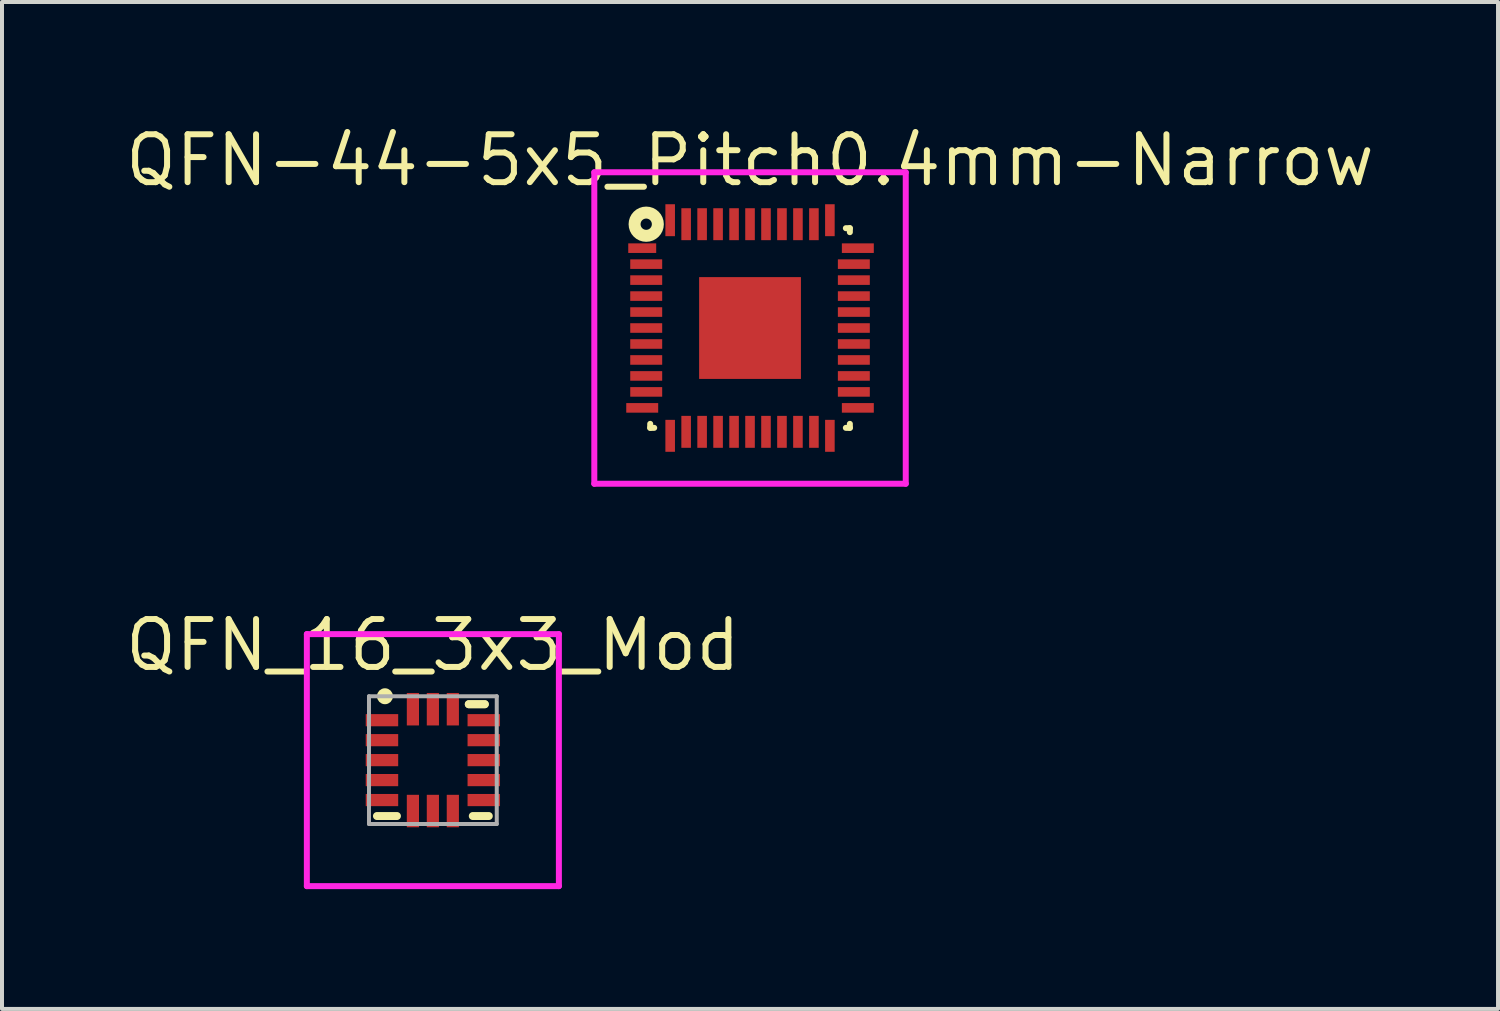
<source format=kicad_pcb>
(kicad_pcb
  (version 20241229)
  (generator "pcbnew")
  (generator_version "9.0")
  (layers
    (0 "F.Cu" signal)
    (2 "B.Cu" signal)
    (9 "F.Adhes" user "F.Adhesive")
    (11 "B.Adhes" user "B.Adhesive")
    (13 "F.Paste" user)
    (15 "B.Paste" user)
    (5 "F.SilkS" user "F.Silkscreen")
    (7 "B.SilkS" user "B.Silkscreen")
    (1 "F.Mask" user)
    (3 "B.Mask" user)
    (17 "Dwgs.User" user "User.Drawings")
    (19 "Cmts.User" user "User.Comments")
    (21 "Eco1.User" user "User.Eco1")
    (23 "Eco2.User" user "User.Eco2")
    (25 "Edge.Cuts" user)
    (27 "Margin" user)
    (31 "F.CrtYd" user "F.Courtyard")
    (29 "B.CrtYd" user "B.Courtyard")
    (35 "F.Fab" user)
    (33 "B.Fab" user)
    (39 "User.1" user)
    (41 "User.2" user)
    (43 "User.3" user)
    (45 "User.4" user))
  (footprint "QFN_16_3x3_Mod"
    (layer "F.Cu")
    (at 7.791 15.987)
    (property "Reference" "QFN_16_3x3_Mod" (at 0 -2.881 0) (layer "F.SilkS") (effects (font (size 1.2 1.2) (thickness 0.15))))
    (attr through_hole)
    (fp_line (start -0.9 1.4) (end -1.4 1.4) (stroke (width 0.2) (type solid)) (layer "F.SilkS"))
    (fp_line (start 0.9 -1.4) (end 1.3 -1.4) (stroke (width 0.2) (type solid)) (layer "F.SilkS"))
    (fp_line (start 1.3 -1.4) (end 0.9 -1.4) (stroke (width 0.2) (type solid)) (layer "F.SilkS"))
    (fp_line (start 1.4 1.4) (end 1 1.4) (stroke (width 0.2) (type solid)) (layer "F.SilkS"))
    (fp_circle (center -1.2 -1.6) (end -1.1 -1.6) (stroke (width 0.2) (type solid)) (fill no) (layer "F.SilkS"))
    (fp_line (start -3.156 -3.156) (end 3.156 -3.156) (stroke (width 0.15) (type solid)) (layer "F.CrtYd"))
    (fp_line (start -3.156 3.156) (end -3.156 -3.156) (stroke (width 0.15) (type solid)) (layer "F.CrtYd"))
    (fp_line (start 3.156 -3.156) (end 3.156 3.156) (stroke (width 0.15) (type solid)) (layer "F.CrtYd"))
    (fp_line (start 3.156 3.156) (end -3.156 3.156) (stroke (width 0.15) (type solid)) (layer "F.CrtYd"))
    (fp_line (start -1.6 -1.6) (end -1.6 1.6) (stroke (width 0.1) (type solid)) (layer "F.Fab"))
    (fp_line (start -1.6 1.6) (end 1.6 1.6) (stroke (width 0.1) (type solid)) (layer "F.Fab"))
    (fp_line (start 1.6 -1.6) (end -1.6 -1.6) (stroke (width 0.1) (type solid)) (layer "F.Fab"))
    (fp_line (start 1.6 1.6) (end 1.6 -1.6) (stroke (width 0.1) (type solid)) (layer "F.Fab"))
    (pad "1" smd rect (at -1.275 -1 90) (size 0.305 0.813) (layers "F.Cu" "F.Mask" "F.Paste"))
    (pad "2" smd rect (at -1.275 -0.5 90) (size 0.305 0.813) (layers "F.Cu" "F.Mask" "F.Paste"))
    (pad "3" smd rect (at -1.275 0 90) (size 0.305 0.813) (layers "F.Cu" "F.Mask" "F.Paste"))
    (pad "4" smd rect (at -1.275 0.5 90) (size 0.305 0.813) (layers "F.Cu" "F.Mask" "F.Paste"))
    (pad "5" smd rect (at -1.275 1 90) (size 0.305 0.813) (layers "F.Cu" "F.Mask" "F.Paste"))
    (pad "6" smd rect (at -0.5 1.275) (size 0.305 0.813) (layers "F.Cu" "F.Mask" "F.Paste"))
    (pad "7" smd rect (at 0 1.275) (size 0.305 0.813) (layers "F.Cu" "F.Mask" "F.Paste"))
    (pad "8" smd rect (at 0.5 1.275) (size 0.305 0.813) (layers "F.Cu" "F.Mask" "F.Paste"))
    (pad "9" smd rect (at 1.275 1 90) (size 0.305 0.813) (layers "F.Cu" "F.Mask" "F.Paste"))
    (pad "10" smd rect (at 1.275 0.5 90) (size 0.305 0.813) (layers "F.Cu" "F.Mask" "F.Paste"))
    (pad "11" smd rect (at 1.275 0 90) (size 0.305 0.813) (layers "F.Cu" "F.Mask" "F.Paste"))
    (pad "12" smd rect (at 1.275 -0.5 90) (size 0.305 0.813) (layers "F.Cu" "F.Mask" "F.Paste"))
    (pad "13" smd rect (at 1.275 -1 90) (size 0.305 0.813) (layers "F.Cu" "F.Mask" "F.Paste"))
    (pad "14" smd rect (at 0.5 -1.275) (size 0.305 0.813) (layers "F.Cu" "F.Mask" "F.Paste"))
    (pad "15" smd rect (at 0 -1.275) (size 0.305 0.813) (layers "F.Cu" "F.Mask" "F.Paste"))
    (pad "16" smd rect (at -0.5 -1.275) (size 0.305 0.813) (layers "F.Cu" "F.Mask" "F.Paste")))
  (footprint "QFN-44-5x5_Pitch0.4mm-Narrow"
    (layer "F.Cu")
    (at 15.734 5.165)
    (property "Reference" "QFN-44-5x5_Pitch0.4mm-Narrow" (at 0 -4.2 0) (layer "F.SilkS") (effects (font (size 1.2 1.2) (thickness 0.15))))
    (attr through_hole)
    (fp_line (start -2.5 2.5) (end -2.5 2.4) (stroke (width 0.15) (type solid)) (layer "F.SilkS"))
    (fp_line (start -2.4 2.5) (end -2.5 2.5) (stroke (width 0.15) (type solid)) (layer "F.SilkS"))
    (fp_line (start 2.4 -2.5) (end 2.5 -2.5) (stroke (width 0.15) (type solid)) (layer "F.SilkS"))
    (fp_line (start 2.4 2.5) (end 2.5 2.5) (stroke (width 0.15) (type solid)) (layer "F.SilkS"))
    (fp_line (start 2.5 -2.5) (end 2.5 -2.4) (stroke (width 0.15) (type solid)) (layer "F.SilkS"))
    (fp_line (start 2.5 2.5) (end 2.5 2.4) (stroke (width 0.15) (type solid)) (layer "F.SilkS"))
    (fp_circle (center -2.6 -2.6) (end -2.5 -2.5) (stroke (width 0.3) (type solid)) (fill no) (layer "F.SilkS"))
    (fp_line (start -3.9 -3.9) (end 3.9 -3.9) (stroke (width 0.15) (type solid)) (layer "F.CrtYd"))
    (fp_line (start -3.9 3.9) (end -3.9 -3.9) (stroke (width 0.15) (type solid)) (layer "F.CrtYd"))
    (fp_line (start 3.9 -3.9) (end 3.9 3.9) (stroke (width 0.15) (type solid)) (layer "F.CrtYd"))
    (fp_line (start 3.9 3.9) (end -3.9 3.9) (stroke (width 0.15) (type solid)) (layer "F.CrtYd"))
    (pad "1" smd rect (at -2.7 -2 90) (size 0.24 0.7) (layers "F.Cu" "F.Mask" "F.Paste"))
    (pad "2" smd rect (at -2.6 -1.6 90) (size 0.24 0.8) (layers "F.Cu" "F.Mask" "F.Paste"))
    (pad "3" smd rect (at -2.6 -1.2 90) (size 0.24 0.8) (layers "F.Cu" "F.Mask" "F.Paste"))
    (pad "4" smd rect (at -2.6 -0.8 90) (size 0.24 0.8) (layers "F.Cu" "F.Mask" "F.Paste"))
    (pad "5" smd rect (at -2.6 -0.4 90) (size 0.24 0.8) (layers "F.Cu" "F.Mask" "F.Paste"))
    (pad "6" smd rect (at -2.6 0 90) (size 0.24 0.8) (layers "F.Cu" "F.Mask" "F.Paste"))
    (pad "7" smd rect (at -2.6 0.4 90) (size 0.24 0.8) (layers "F.Cu" "F.Mask" "F.Paste"))
    (pad "8" smd rect (at -2.6 0.8 90) (size 0.24 0.8) (layers "F.Cu" "F.Mask" "F.Paste"))
    (pad "9" smd rect (at -2.6 1.2 90) (size 0.24 0.8) (layers "F.Cu" "F.Mask" "F.Paste"))
    (pad "10" smd rect (at -2.6 1.6 90) (size 0.24 0.8) (layers "F.Cu" "F.Mask" "F.Paste"))
    (pad "11" smd rect (at -2.7 2 90) (size 0.24 0.8) (layers "F.Cu" "F.Mask" "F.Paste"))
    (pad "12" smd rect (at -2 2.7) (size 0.24 0.8) (layers "F.Cu" "F.Mask" "F.Paste"))
    (pad "13" smd rect (at -1.6 2.6) (size 0.24 0.8) (layers "F.Cu" "F.Mask" "F.Paste"))
    (pad "14" smd rect (at -1.2 2.6) (size 0.24 0.8) (layers "F.Cu" "F.Mask" "F.Paste"))
    (pad "15" smd rect (at -0.8 2.6) (size 0.24 0.8) (layers "F.Cu" "F.Mask" "F.Paste"))
    (pad "16" smd rect (at -0.4 2.6) (size 0.24 0.8) (layers "F.Cu" "F.Mask" "F.Paste"))
    (pad "17" smd rect (at 0 0) (size 2.55 2.55) (layers "F.Cu" "F.Mask" "F.Paste"))
    (pad "17" smd rect (at 0 2.6) (size 0.24 0.8) (layers "F.Cu" "F.Mask" "F.Paste"))
    (pad "18" smd rect (at 0.4 2.6) (size 0.24 0.8) (layers "F.Cu" "F.Mask" "F.Paste"))
    (pad "19" smd rect (at 0.8 2.6) (size 0.24 0.8) (layers "F.Cu" "F.Mask" "F.Paste"))
    (pad "20" smd rect (at 1.2 2.6) (size 0.24 0.8) (layers "F.Cu" "F.Mask" "F.Paste"))
    (pad "21" smd rect (at 1.6 2.6) (size 0.24 0.8) (layers "F.Cu" "F.Mask" "F.Paste"))
    (pad "22" smd rect (at 2 2.7) (size 0.24 0.8) (layers "F.Cu" "F.Mask" "F.Paste"))
    (pad "23" smd rect (at 2.7 2 90) (size 0.24 0.8) (layers "F.Cu" "F.Mask" "F.Paste"))
    (pad "24" smd rect (at 2.6 1.6 90) (size 0.24 0.8) (layers "F.Cu" "F.Mask" "F.Paste"))
    (pad "25" smd rect (at 2.6 1.2 90) (size 0.24 0.8) (layers "F.Cu" "F.Mask" "F.Paste"))
    (pad "26" smd rect (at 2.6 0.8 90) (size 0.24 0.8) (layers "F.Cu" "F.Mask" "F.Paste"))
    (pad "27" smd rect (at 2.6 0.4 90) (size 0.24 0.8) (layers "F.Cu" "F.Mask" "F.Paste"))
    (pad "28" smd rect (at 2.6 0 90) (size 0.24 0.8) (layers "F.Cu" "F.Mask" "F.Paste"))
    (pad "29" smd rect (at 2.6 -0.4 90) (size 0.24 0.8) (layers "F.Cu" "F.Mask" "F.Paste"))
    (pad "30" smd rect (at 2.6 -0.8 90) (size 0.24 0.8) (layers "F.Cu" "F.Mask" "F.Paste"))
    (pad "31" smd rect (at 2.6 -1.2 90) (size 0.24 0.8) (layers "F.Cu" "F.Mask" "F.Paste"))
    (pad "32" smd rect (at 2.6 -1.6 90) (size 0.24 0.8) (layers "F.Cu" "F.Mask" "F.Paste"))
    (pad "33" smd rect (at 2.7 -2 90) (size 0.24 0.8) (layers "F.Cu" "F.Mask" "F.Paste"))
    (pad "34" smd rect (at 2 -2.7) (size 0.24 0.8) (layers "F.Cu" "F.Mask" "F.Paste"))
    (pad "35" smd rect (at 1.6 -2.6) (size 0.24 0.8) (layers "F.Cu" "F.Mask" "F.Paste"))
    (pad "36" smd rect (at 1.2 -2.6) (size 0.24 0.8) (layers "F.Cu" "F.Mask" "F.Paste"))
    (pad "37" smd rect (at 0.8 -2.6) (size 0.24 0.8) (layers "F.Cu" "F.Mask" "F.Paste"))
    (pad "38" smd rect (at 0.4 -2.6) (size 0.24 0.8) (layers "F.Cu" "F.Mask" "F.Paste"))
    (pad "39" smd rect (at 0 -2.6) (size 0.24 0.8) (layers "F.Cu" "F.Mask" "F.Paste"))
    (pad "40" smd rect (at -0.4 -2.6) (size 0.24 0.8) (layers "F.Cu" "F.Mask" "F.Paste"))
    (pad "41" smd rect (at -0.8 -2.6) (size 0.24 0.8) (layers "F.Cu" "F.Mask" "F.Paste"))
    (pad "42" smd rect (at -1.2 -2.6) (size 0.24 0.8) (layers "F.Cu" "F.Mask" "F.Paste"))
    (pad "43" smd rect (at -1.6 -2.6) (size 0.24 0.8) (layers "F.Cu" "F.Mask" "F.Paste"))
    (pad "44" smd rect (at -2 -2.7) (size 0.24 0.8) (layers "F.Cu" "F.Mask" "F.Paste")))
  (gr_rect
    (start -3 -3)
    (end 34.467 22.218)
    (stroke (width 0.1) (type default))
    (fill no)
    (layer "Edge.Cuts")))
</source>
